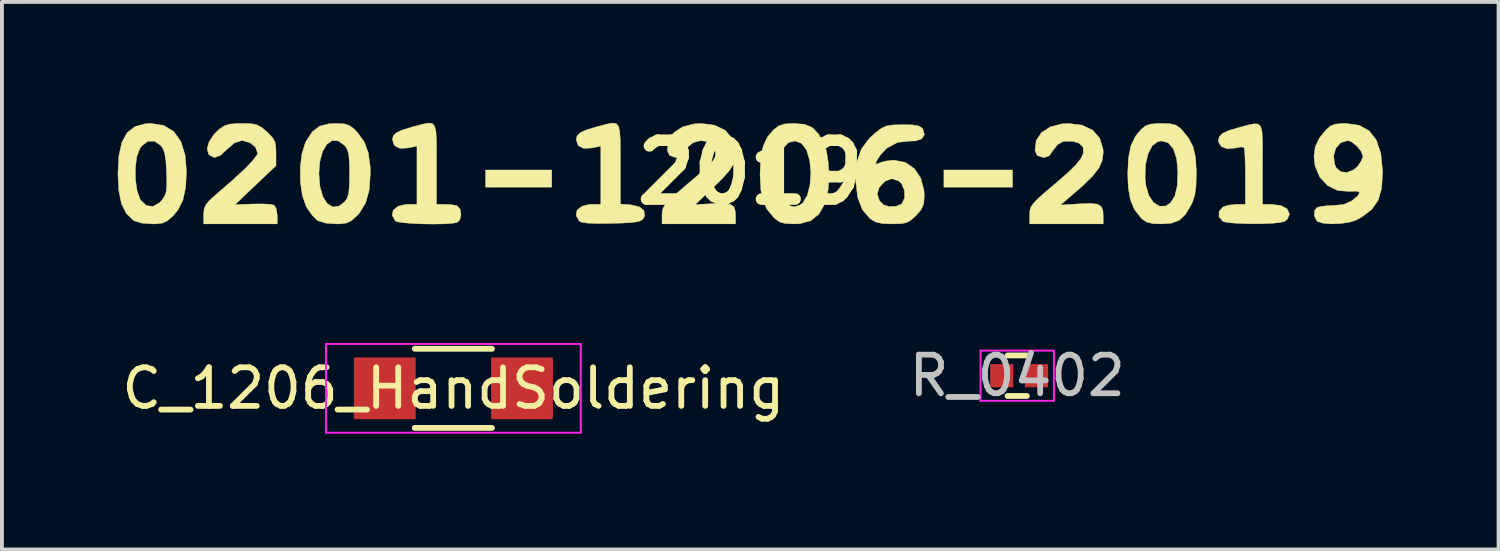
<source format=kicad_pcb>
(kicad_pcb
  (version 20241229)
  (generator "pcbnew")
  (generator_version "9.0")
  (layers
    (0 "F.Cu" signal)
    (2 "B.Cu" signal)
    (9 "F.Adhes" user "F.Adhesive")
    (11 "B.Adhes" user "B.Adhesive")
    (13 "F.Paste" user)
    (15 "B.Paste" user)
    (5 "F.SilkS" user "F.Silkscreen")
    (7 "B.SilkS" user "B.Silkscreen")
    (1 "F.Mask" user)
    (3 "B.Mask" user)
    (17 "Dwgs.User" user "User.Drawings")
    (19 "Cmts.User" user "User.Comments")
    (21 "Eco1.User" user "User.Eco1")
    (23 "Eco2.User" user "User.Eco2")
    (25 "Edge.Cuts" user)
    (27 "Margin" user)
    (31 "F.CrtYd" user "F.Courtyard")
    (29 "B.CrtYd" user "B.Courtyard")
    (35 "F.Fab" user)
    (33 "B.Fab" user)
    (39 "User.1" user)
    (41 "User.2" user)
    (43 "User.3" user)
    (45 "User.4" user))
  (footprint "R_0402"
    (layer "F.Cu")
    (at 23.304 6.684)
    (property "Reference" "R_0402" (at 0 0 0) (layer "Dwgs.User") (effects (font (size 1 1) (thickness 0.15))))
    (attr smd)
    (fp_line (start -0.25 0.525) (end 0.25 0.525) (stroke (width 0.15) (type solid)) (layer "F.SilkS"))
    (fp_line (start 0.25 -0.525) (end -0.25 -0.525) (stroke (width 0.15) (type solid)) (layer "F.SilkS"))
    (fp_line (start -0.95 -0.65) (end -0.95 0.65) (stroke (width 0.05) (type solid)) (layer "F.CrtYd"))
    (fp_line (start -0.95 -0.65) (end 0.95 -0.65) (stroke (width 0.05) (type solid)) (layer "F.CrtYd"))
    (fp_line (start -0.95 0.65) (end 0.95 0.65) (stroke (width 0.05) (type solid)) (layer "F.CrtYd"))
    (fp_line (start 0.95 -0.65) (end 0.95 0.65) (stroke (width 0.05) (type solid)) (layer "F.CrtYd"))
    (pad "1" smd rect (at -0.4 0) (size 0.6 0.6) (layers "F.Cu" "F.Mask" "F.Paste"))
    (pad "2" smd rect (at 0.5 0) (size 0.6 0.6) (layers "F.Cu" "F.Mask" "F.Paste")))
  (footprint "C_1206_HandSoldering"
    (layer "F.Cu")
    (at 8.696 7.011)
    (property "Reference" "C_1206_HandSoldering" (at 0 0 0) (layer "F.SilkS") (effects (font (size 1 1) (thickness 0.15))))
    (attr smd)
    (fp_line (start -1 1.025) (end 1 1.025) (stroke (width 0.15) (type solid)) (layer "F.SilkS"))
    (fp_line (start 1 -1.025) (end -1 -1.025) (stroke (width 0.15) (type solid)) (layer "F.SilkS"))
    (fp_line (start -3.3 -1.15) (end -3.3 1.15) (stroke (width 0.05) (type solid)) (layer "F.CrtYd"))
    (fp_line (start -3.3 -1.15) (end 3.3 -1.15) (stroke (width 0.05) (type solid)) (layer "F.CrtYd"))
    (fp_line (start -3.3 1.15) (end 3.3 1.15) (stroke (width 0.05) (type solid)) (layer "F.CrtYd"))
    (fp_line (start 3.3 -1.15) (end 3.3 1.15) (stroke (width 0.05) (type solid)) (layer "F.CrtYd"))
    (pad "1" smd rect (at -1.778 0) (size 1.6 1.6) (layers "F.Cu" "F.Mask" "F.Paste"))
    (pad "2" smd rect (at 1.778 0) (size 1.6 1.6) (layers "F.Cu" "F.Mask" "F.Paste")))
  (footprint "2019"
    (layer "F.Cu")
    (at 16.388 1.418)
    (property "Reference" "2019" (at 0 0 0) (layer "F.SilkS") (effects (font (size 1.524 1.524) (thickness 0.3))))
    (attr through_hole)
    (fp_poly (pts (xy -5.144 0.381) (xy -6.858 0.381) (xy -6.858 -0.064) (xy -5.144 -0.064) (xy -5.144 0.381)) (stroke (width 0.01) (type solid)) (fill yes) (layer "F.SilkS"))
    (fp_poly (pts (xy 6.795 0.381) (xy 5.016 0.381) (xy 5.016 -0.064) (xy 6.795 -0.064) (xy 6.795 0.381)) (stroke (width 0.01) (type solid)) (fill yes) (layer "F.SilkS"))
    (fp_poly (pts (xy -3.473 -1.266) (xy -3.413 -1.196) (xy -3.381 -1.055) (xy -3.368 -0.828) (xy -3.365 -0.499) (xy -3.365 -0.226) (xy -3.365 0.818) (xy -3.102 0.838) (xy -2.882 0.886) (xy -2.756 0.984) (xy -2.737 1.118) (xy -2.769 1.191) (xy -2.818 1.239) (xy -2.906 1.273) (xy -3.055 1.296) (xy -3.289 1.31) (xy -3.596 1.319) (xy -3.967 1.323) (xy -4.224 1.312) (xy -4.378 1.287) (xy -4.43 1.259) (xy -4.514 1.113) (xy -4.487 0.978) (xy -4.364 0.876) (xy -4.161 0.827) (xy -4.115 0.826) (xy -3.873 0.826) (xy -3.873 -0.685) (xy -4.087 -0.637) (xy -4.312 -0.623) (xy -4.456 -0.695) (xy -4.508 -0.847) (xy -4.508 -0.853) (xy -4.486 -0.95) (xy -4.405 -1.029) (xy -4.244 -1.103) (xy -3.984 -1.182) (xy -3.905 -1.203) (xy -3.711 -1.254) (xy -3.57 -1.28) (xy -3.473 -1.266)) (stroke (width 0.01) (type solid)) (fill yes) (layer "F.SilkS"))
    (fp_poly (pts (xy -8.236 -1.266) (xy -8.176 -1.197) (xy -8.143 -1.056) (xy -8.13 -0.83) (xy -8.128 -0.502) (xy -8.128 -0.222) (xy -8.128 0.826) (xy -7.911 0.826) (xy -7.731 0.836) (xy -7.596 0.863) (xy -7.593 0.864) (xy -7.517 0.951) (xy -7.494 1.093) (xy -7.527 1.23) (xy -7.593 1.295) (xy -7.721 1.318) (xy -7.932 1.332) (xy -8.196 1.337) (xy -8.481 1.333) (xy -8.755 1.321) (xy -8.987 1.302) (xy -9.145 1.278) (xy -9.195 1.257) (xy -9.278 1.112) (xy -9.25 0.978) (xy -9.126 0.876) (xy -8.924 0.827) (xy -8.877 0.826) (xy -8.636 0.826) (xy -8.636 -0.685) (xy -8.85 -0.637) (xy -9.074 -0.623) (xy -9.218 -0.695) (xy -9.271 -0.847) (xy -9.271 -0.853) (xy -9.249 -0.95) (xy -9.167 -1.029) (xy -9.007 -1.103) (xy -8.747 -1.182) (xy -8.668 -1.203) (xy -8.474 -1.254) (xy -8.333 -1.28) (xy -8.236 -1.266)) (stroke (width 0.01) (type solid)) (fill yes) (layer "F.SilkS"))
    (fp_poly (pts (xy 13.156 -1.254) (xy 13.222 -1.194) (xy 13.257 -1.064) (xy 13.27 -0.849) (xy 13.272 -0.534) (xy 13.271 -0.222) (xy 13.271 0.826) (xy 13.498 0.826) (xy 13.748 0.857) (xy 13.911 0.944) (xy 13.97 1.078) (xy 13.97 1.079) (xy 13.919 1.206) (xy 13.847 1.268) (xy 13.726 1.297) (xy 13.514 1.317) (xy 13.244 1.328) (xy 12.951 1.329) (xy 12.669 1.321) (xy 12.432 1.304) (xy 12.274 1.278) (xy 12.24 1.265) (xy 12.144 1.15) (xy 12.146 1.009) (xy 12.246 0.894) (xy 12.251 0.891) (xy 12.399 0.846) (xy 12.59 0.826) (xy 12.601 0.826) (xy 12.827 0.826) (xy 12.827 0.106) (xy 12.824 -0.184) (xy 12.816 -0.425) (xy 12.804 -0.59) (xy 12.79 -0.65) (xy 12.71 -0.66) (xy 12.567 -0.633) (xy 12.56 -0.631) (xy 12.357 -0.612) (xy 12.203 -0.67) (xy 12.131 -0.791) (xy 12.129 -0.82) (xy 12.152 -0.929) (xy 12.237 -1.014) (xy 12.404 -1.09) (xy 12.676 -1.169) (xy 12.677 -1.169) (xy 12.893 -1.227) (xy 13.05 -1.26) (xy 13.156 -1.254)) (stroke (width 0.01) (type solid)) (fill yes) (layer "F.SilkS"))
    (fp_poly (pts (xy -12.938 -1.264) (xy -12.784 -1.235) (xy -12.658 -1.166) (xy -12.524 -1.053) (xy -12.381 -0.908) (xy -12.311 -0.78) (xy -12.289 -0.609) (xy -12.287 -0.506) (xy -12.287 -0.176) (xy -12.82 0.329) (xy -13.352 0.835) (xy -12.882 0.817) (xy -12.642 0.815) (xy -12.449 0.825) (xy -12.339 0.845) (xy -12.334 0.848) (xy -12.281 0.939) (xy -12.256 1.097) (xy -12.255 1.115) (xy -12.255 1.333) (xy -14.161 1.333) (xy -14.161 1.087) (xy -14.151 0.951) (xy -14.107 0.84) (xy -14.008 0.722) (xy -13.833 0.564) (xy -13.795 0.532) (xy -13.4 0.19) (xy -13.097 -0.091) (xy -12.89 -0.307) (xy -12.78 -0.455) (xy -12.764 -0.507) (xy -12.82 -0.655) (xy -12.962 -0.771) (xy -13.149 -0.825) (xy -13.173 -0.826) (xy -13.357 -0.771) (xy -13.553 -0.603) (xy -13.736 -0.438) (xy -13.882 -0.387) (xy -14.007 -0.447) (xy -14.033 -0.476) (xy -14.072 -0.614) (xy -14.02 -0.795) (xy -13.891 -0.99) (xy -13.766 -1.113) (xy -13.637 -1.203) (xy -13.492 -1.251) (xy -13.286 -1.269) (xy -13.17 -1.27) (xy -12.938 -1.264)) (stroke (width 0.01) (type solid)) (fill yes) (layer "F.SilkS"))
    (fp_poly (pts (xy 8.6 -1.225) (xy 8.874 -1.093) (xy 9.056 -0.883) (xy 9.14 -0.6) (xy 9.144 -0.508) (xy 9.119 -0.31) (xy 9.034 -0.118) (xy 8.875 0.088) (xy 8.627 0.331) (xy 8.497 0.446) (xy 8.036 0.844) (xy 8.523 0.813) (xy 8.809 0.802) (xy 8.992 0.821) (xy 9.094 0.882) (xy 9.137 0.994) (xy 9.144 1.124) (xy 9.144 1.333) (xy 7.239 1.333) (xy 7.239 1.09) (xy 7.244 0.987) (xy 7.27 0.898) (xy 7.332 0.804) (xy 7.445 0.685) (xy 7.625 0.525) (xy 7.887 0.303) (xy 7.907 0.286) (xy 8.219 0.016) (xy 8.436 -0.196) (xy 8.569 -0.365) (xy 8.629 -0.504) (xy 8.625 -0.629) (xy 8.614 -0.665) (xy 8.518 -0.757) (xy 8.347 -0.81) (xy 8.148 -0.81) (xy 8.097 -0.8) (xy 7.959 -0.717) (xy 7.843 -0.573) (xy 7.84 -0.567) (xy 7.745 -0.431) (xy 7.63 -0.39) (xy 7.569 -0.393) (xy 7.434 -0.44) (xy 7.38 -0.565) (xy 7.378 -0.584) (xy 7.407 -0.828) (xy 7.543 -1.031) (xy 7.77 -1.179) (xy 8.071 -1.259) (xy 8.242 -1.27) (xy 8.6 -1.225)) (stroke (width 0.01) (type solid)) (fill yes) (layer "F.SilkS"))
    (fp_poly (pts (xy -15.193 -1.217) (xy -14.935 -1.06) (xy -14.751 -0.801) (xy -14.641 -0.443) (xy -14.607 -0.032) (xy -14.628 0.389) (xy -14.699 0.716) (xy -14.828 0.973) (xy -14.954 1.124) (xy -15.097 1.25) (xy -15.232 1.313) (xy -15.417 1.333) (xy -15.505 1.333) (xy -15.765 1.312) (xy -15.958 1.253) (xy -15.989 1.234) (xy -16.17 1.055) (xy -16.292 0.805) (xy -16.361 0.467) (xy -16.383 0.032) (xy -16.374 -0.129) (xy -15.93 -0.129) (xy -15.928 0.179) (xy -15.888 0.469) (xy -15.81 0.692) (xy -15.794 0.717) (xy -15.645 0.859) (xy -15.473 0.88) (xy -15.3 0.782) (xy -15.239 0.714) (xy -15.172 0.614) (xy -15.133 0.501) (xy -15.117 0.343) (xy -15.119 0.105) (xy -15.123 -0.009) (xy -15.141 -0.304) (xy -15.172 -0.501) (xy -15.221 -0.63) (xy -15.266 -0.692) (xy -15.437 -0.811) (xy -15.611 -0.807) (xy -15.772 -0.681) (xy -15.816 -0.619) (xy -15.893 -0.411) (xy -15.93 -0.129) (xy -16.374 -0.129) (xy -16.358 -0.429) (xy -16.281 -0.78) (xy -16.144 -1.03) (xy -15.944 -1.188) (xy -15.674 -1.262) (xy -15.52 -1.27) (xy -15.193 -1.217)) (stroke (width 0.01) (type solid)) (fill yes) (layer "F.SilkS"))
    (fp_poly (pts (xy -0.925 -1.225) (xy -0.651 -1.093) (xy -0.469 -0.883) (xy -0.385 -0.6) (xy -0.381 -0.507) (xy -0.394 -0.347) (xy -0.444 -0.2) (xy -0.546 -0.043) (xy -0.715 0.147) (xy -0.966 0.394) (xy -0.973 0.401) (xy -1.429 0.834) (xy -0.972 0.807) (xy -0.694 0.799) (xy -0.519 0.824) (xy -0.423 0.893) (xy -0.385 1.019) (xy -0.381 1.124) (xy -0.381 1.333) (xy -2.286 1.333) (xy -2.286 1.095) (xy -2.28 0.997) (xy -2.254 0.91) (xy -2.191 0.815) (xy -2.078 0.696) (xy -1.899 0.534) (xy -1.64 0.312) (xy -1.584 0.264) (xy -1.308 0.029) (xy -1.116 -0.142) (xy -0.994 -0.267) (xy -0.927 -0.361) (xy -0.901 -0.442) (xy -0.901 -0.526) (xy -0.901 -0.528) (xy -0.969 -0.7) (xy -1.109 -0.799) (xy -1.288 -0.825) (xy -1.474 -0.775) (xy -1.632 -0.648) (xy -1.685 -0.567) (xy -1.78 -0.431) (xy -1.895 -0.39) (xy -1.956 -0.393) (xy -2.091 -0.44) (xy -2.145 -0.565) (xy -2.147 -0.584) (xy -2.118 -0.828) (xy -1.982 -1.031) (xy -1.755 -1.179) (xy -1.454 -1.259) (xy -1.283 -1.27) (xy -0.925 -1.225)) (stroke (width 0.01) (type solid)) (fill yes) (layer "F.SilkS"))
    (fp_poly (pts (xy 1.409 -1.247) (xy 1.606 -1.165) (xy 1.766 -0.999) (xy 1.905 -0.762) (xy 1.979 -0.535) (xy 2.023 -0.228) (xy 2.036 0.112) (xy 2.018 0.442) (xy 1.967 0.717) (xy 1.94 0.796) (xy 1.779 1.078) (xy 1.568 1.25) (xy 1.286 1.327) (xy 1.142 1.333) (xy 0.917 1.324) (xy 0.768 1.285) (xy 0.646 1.2) (xy 0.603 1.159) (xy 0.438 0.96) (xy 0.331 0.732) (xy 0.273 0.446) (xy 0.254 0.07) (xy 0.254 0.032) (xy 0.256 -0.012) (xy 0.711 -0.012) (xy 0.73 0.28) (xy 0.796 0.541) (xy 0.901 0.745) (xy 1.042 0.867) (xy 1.143 0.889) (xy 1.283 0.846) (xy 1.359 0.791) (xy 1.476 0.599) (xy 1.547 0.326) (xy 1.57 0.013) (xy 1.541 -0.304) (xy 1.458 -0.583) (xy 1.455 -0.589) (xy 1.326 -0.756) (xy 1.158 -0.817) (xy 0.988 -0.774) (xy 0.849 -0.626) (xy 0.831 -0.589) (xy 0.742 -0.311) (xy 0.711 -0.012) (xy 0.256 -0.012) (xy 0.273 -0.374) (xy 0.335 -0.683) (xy 0.448 -0.924) (xy 0.609 -1.111) (xy 0.739 -1.208) (xy 0.891 -1.256) (xy 1.113 -1.27) (xy 1.14 -1.27) (xy 1.409 -1.247)) (stroke (width 0.01) (type solid)) (fill yes) (layer "F.SilkS"))
    (fp_poly (pts (xy 10.877 -1.262) (xy 11.022 -1.227) (xy 11.134 -1.151) (xy 11.189 -1.095) (xy 11.365 -0.878) (xy 11.476 -0.654) (xy 11.536 -0.387) (xy 11.557 -0.039) (xy 11.557 0.031) (xy 11.548 0.349) (xy 11.518 0.58) (xy 11.459 0.763) (xy 11.43 0.826) (xy 11.277 1.083) (xy 11.116 1.238) (xy 10.914 1.314) (xy 10.653 1.333) (xy 10.423 1.324) (xy 10.273 1.287) (xy 10.156 1.207) (xy 10.122 1.174) (xy 9.956 0.964) (xy 9.849 0.712) (xy 9.793 0.389) (xy 9.782 0.117) (xy 10.229 0.117) (xy 10.25 0.335) (xy 10.324 0.593) (xy 10.447 0.778) (xy 10.6 0.874) (xy 10.764 0.87) (xy 10.886 0.789) (xy 10.998 0.613) (xy 11.061 0.351) (xy 11.078 -0.001) (xy 11.048 -0.351) (xy 10.963 -0.609) (xy 10.83 -0.768) (xy 10.656 -0.817) (xy 10.557 -0.799) (xy 10.413 -0.691) (xy 10.306 -0.485) (xy 10.242 -0.207) (xy 10.229 0.117) (xy 9.782 0.117) (xy 9.779 0.032) (xy 9.798 -0.374) (xy 9.86 -0.685) (xy 9.975 -0.931) (xy 10.122 -1.111) (xy 10.238 -1.205) (xy 10.374 -1.253) (xy 10.576 -1.269) (xy 10.653 -1.27) (xy 10.877 -1.262)) (stroke (width 0.01) (type solid)) (fill yes) (layer "F.SilkS"))
    (fp_poly (pts (xy -10.528 -1.261) (xy -10.387 -1.219) (xy -10.26 -1.122) (xy -10.186 -1.046) (xy -10.005 -0.801) (xy -9.896 -0.512) (xy -9.847 -0.148) (xy -9.843 0.032) (xy -9.873 0.458) (xy -9.966 0.793) (xy -10.131 1.058) (xy -10.192 1.124) (xy -10.335 1.25) (xy -10.47 1.313) (xy -10.654 1.333) (xy -10.743 1.333) (xy -11.002 1.312) (xy -11.195 1.253) (xy -11.226 1.234) (xy -11.343 1.117) (xy -11.469 0.94) (xy -11.51 0.869) (xy -11.606 0.594) (xy -11.655 0.247) (xy -11.657 0.032) (xy -11.176 0.032) (xy -11.148 0.368) (xy -11.071 0.631) (xy -10.956 0.811) (xy -10.813 0.895) (xy -10.652 0.872) (xy -10.503 0.755) (xy -10.444 0.669) (xy -10.407 0.549) (xy -10.388 0.368) (xy -10.382 0.094) (xy -10.382 0.032) (xy -10.387 -0.262) (xy -10.403 -0.458) (xy -10.436 -0.587) (xy -10.491 -0.677) (xy -10.503 -0.692) (xy -10.671 -0.817) (xy -10.831 -0.827) (xy -10.971 -0.731) (xy -11.082 -0.542) (xy -11.154 -0.27) (xy -11.176 0.032) (xy -11.657 0.032) (xy -11.659 -0.127) (xy -11.616 -0.481) (xy -11.527 -0.77) (xy -11.51 -0.805) (xy -11.347 -1.054) (xy -11.161 -1.199) (xy -10.916 -1.262) (xy -10.741 -1.27) (xy -10.528 -1.261)) (stroke (width 0.01) (type solid)) (fill yes) (layer "F.SilkS"))
    (fp_poly (pts (xy 15.772 -1.223) (xy 16.033 -1.08) (xy 16.221 -0.838) (xy 16.336 -0.495) (xy 16.381 -0.048) (xy 16.382 0.019) (xy 16.356 0.416) (xy 16.267 0.721) (xy 16.1 0.959) (xy 15.842 1.155) (xy 15.704 1.231) (xy 15.525 1.289) (xy 15.293 1.323) (xy 15.05 1.332) (xy 14.837 1.315) (xy 14.697 1.27) (xy 14.681 1.257) (xy 14.612 1.123) (xy 14.626 0.98) (xy 14.684 0.909) (xy 14.79 0.879) (xy 14.973 0.86) (xy 15.092 0.857) (xy 15.373 0.83) (xy 15.577 0.74) (xy 15.596 0.726) (xy 15.75 0.596) (xy 15.788 0.516) (xy 15.709 0.483) (xy 15.533 0.492) (xy 15.223 0.469) (xy 14.958 0.34) (xy 14.755 0.122) (xy 14.633 -0.168) (xy 14.605 -0.411) (xy 14.608 -0.432) (xy 15.114 -0.432) (xy 15.14 -0.212) (xy 15.179 -0.123) (xy 15.296 -0.019) (xy 15.462 -0.002) (xy 15.636 -0.069) (xy 15.743 -0.167) (xy 15.834 -0.305) (xy 15.875 -0.409) (xy 15.875 -0.413) (xy 15.827 -0.546) (xy 15.711 -0.689) (xy 15.573 -0.796) (xy 15.479 -0.826) (xy 15.297 -0.771) (xy 15.171 -0.629) (xy 15.114 -0.432) (xy 14.608 -0.432) (xy 14.637 -0.665) (xy 14.745 -0.893) (xy 14.91 -1.095) (xy 15.025 -1.199) (xy 15.152 -1.251) (xy 15.338 -1.269) (xy 15.434 -1.27) (xy 15.772 -1.223)) (stroke (width 0.01) (type solid)) (fill yes) (layer "F.SilkS"))
    (fp_poly (pts (xy 4.202 -1.232) (xy 4.357 -1.207) (xy 4.444 -1.159) (xy 4.469 -1.127) (xy 4.511 -0.981) (xy 4.443 -0.872) (xy 4.282 -0.816) (xy 4.139 -0.813) (xy 3.815 -0.779) (xy 3.535 -0.629) (xy 3.371 -0.452) (xy 3.267 -0.292) (xy 3.249 -0.22) (xy 3.315 -0.229) (xy 3.361 -0.252) (xy 3.505 -0.295) (xy 3.7 -0.317) (xy 3.734 -0.318) (xy 4.02 -0.26) (xy 4.252 -0.098) (xy 4.418 0.15) (xy 4.501 0.469) (xy 4.508 0.606) (xy 4.493 0.812) (xy 4.428 0.963) (xy 4.293 1.118) (xy 4.162 1.237) (xy 4.045 1.302) (xy 3.893 1.328) (xy 3.673 1.333) (xy 3.422 1.323) (xy 3.252 1.285) (xy 3.118 1.207) (xy 3.097 1.19) (xy 2.904 0.962) (xy 2.784 0.65) (xy 2.773 0.561) (xy 3.29 0.561) (xy 3.347 0.733) (xy 3.454 0.84) (xy 3.6 0.884) (xy 3.778 0.876) (xy 3.915 0.821) (xy 3.924 0.813) (xy 3.998 0.66) (xy 3.994 0.469) (xy 3.922 0.294) (xy 3.846 0.219) (xy 3.664 0.161) (xy 3.488 0.23) (xy 3.34 0.391) (xy 3.29 0.561) (xy 2.773 0.561) (xy 2.734 0.244) (xy 2.732 0.113) (xy 2.766 -0.285) (xy 2.878 -0.605) (xy 3.081 -0.88) (xy 3.26 -1.042) (xy 3.404 -1.147) (xy 3.536 -1.207) (xy 3.702 -1.232) (xy 3.948 -1.238) (xy 3.951 -1.238) (xy 4.202 -1.232)) (stroke (width 0.01) (type solid)) (fill yes) (layer "F.SilkS")))
  (gr_rect
    (start -3 -3)
    (end 35.775 11.186)
    (stroke (width 0.1) (type default))
    (fill no)
    (layer "Edge.Cuts")))
</source>
